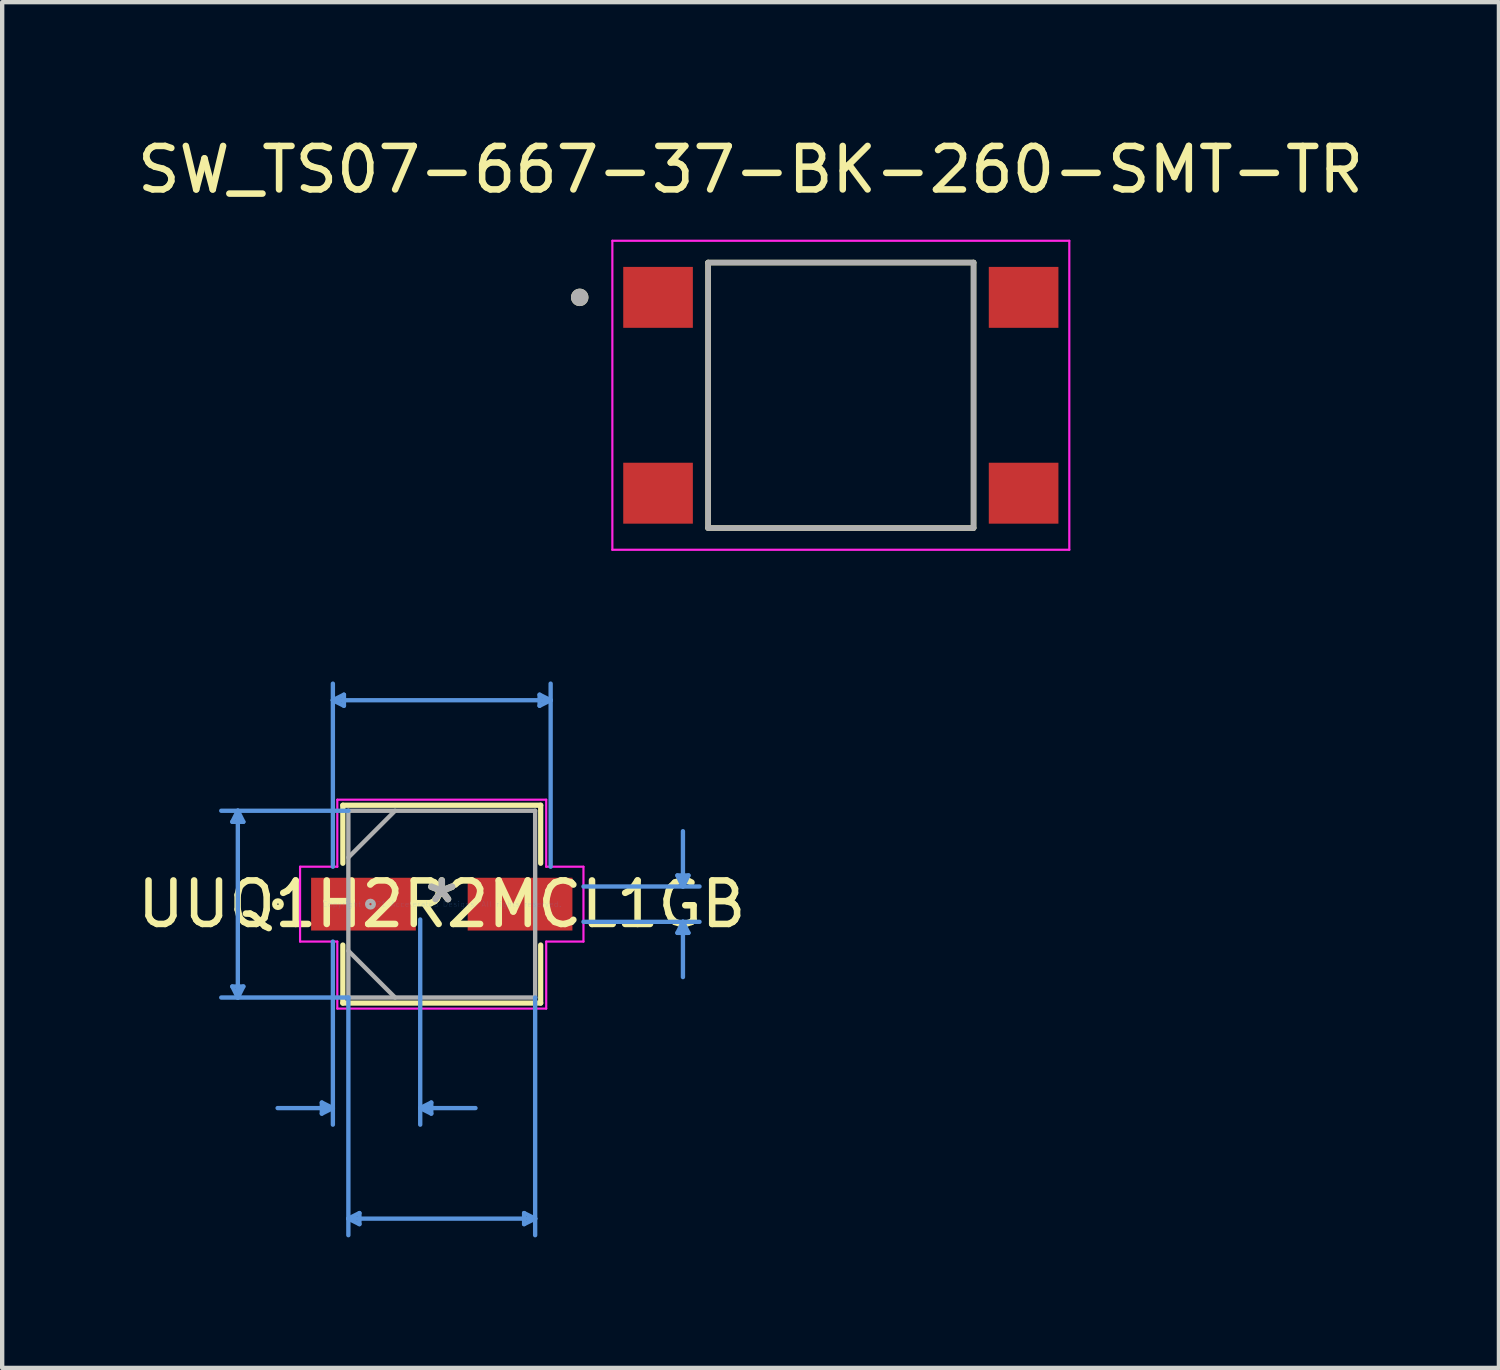
<source format=kicad_pcb>
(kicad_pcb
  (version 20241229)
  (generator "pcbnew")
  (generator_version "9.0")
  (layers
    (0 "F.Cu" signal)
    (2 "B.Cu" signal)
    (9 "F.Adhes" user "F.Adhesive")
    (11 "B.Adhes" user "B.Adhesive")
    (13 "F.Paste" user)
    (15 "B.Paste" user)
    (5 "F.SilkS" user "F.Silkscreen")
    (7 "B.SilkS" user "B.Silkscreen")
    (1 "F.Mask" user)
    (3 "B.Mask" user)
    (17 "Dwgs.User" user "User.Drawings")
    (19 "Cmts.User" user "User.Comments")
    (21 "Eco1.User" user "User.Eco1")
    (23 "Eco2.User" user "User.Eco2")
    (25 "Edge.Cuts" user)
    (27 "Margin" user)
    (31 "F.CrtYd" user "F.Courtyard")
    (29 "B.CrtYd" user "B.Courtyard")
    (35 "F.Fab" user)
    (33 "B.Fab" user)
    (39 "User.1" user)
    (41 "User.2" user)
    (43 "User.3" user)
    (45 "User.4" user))
  (footprint "UUQ1H2R2MCL1GB"
    (layer "F.Cu")
    (at 7.101 17.726)
    (property "Reference" "UUQ1H2R2MCL1GB" (at 0 0 0) (layer "F.SilkS") (effects (font (size 1 1) (thickness 0.15))))
    (attr through_hole)
    (fp_line (start -2.273 -2.273) (end -2.273 -0.939) (stroke (width 0.12) (type solid)) (layer "F.SilkS"))
    (fp_line (start -2.273 0.939) (end -2.273 2.273) (stroke (width 0.12) (type solid)) (layer "F.SilkS"))
    (fp_line (start -2.273 2.273) (end 2.273 2.273) (stroke (width 0.12) (type solid)) (layer "F.SilkS"))
    (fp_line (start 2.273 -2.273) (end -2.273 -2.273) (stroke (width 0.12) (type solid)) (layer "F.SilkS"))
    (fp_line (start 2.273 -0.939) (end 2.273 -2.273) (stroke (width 0.12) (type solid)) (layer "F.SilkS"))
    (fp_line (start 2.273 2.273) (end 2.273 0.939) (stroke (width 0.12) (type solid)) (layer "F.SilkS"))
    (fp_circle (center -3.764 0) (end -3.688 0) (stroke (width 0.12) (type solid)) (fill no) (layer "F.SilkS"))
    (fp_line (start -4.813 -1.892) (end -4.559 -1.892) (stroke (width 0.1) (type solid)) (layer "Cmts.User"))
    (fp_line (start -4.813 1.892) (end -4.559 1.892) (stroke (width 0.1) (type solid)) (layer "Cmts.User"))
    (fp_line (start -4.686 -2.146) (end -4.813 -1.892) (stroke (width 0.1) (type solid)) (layer "Cmts.User"))
    (fp_line (start -4.686 -2.146) (end -4.686 2.146) (stroke (width 0.1) (type solid)) (layer "Cmts.User"))
    (fp_line (start -4.686 -2.146) (end -4.559 -1.892) (stroke (width 0.1) (type solid)) (layer "Cmts.User"))
    (fp_line (start -4.686 2.146) (end -4.813 1.892) (stroke (width 0.1) (type solid)) (layer "Cmts.User"))
    (fp_line (start -4.686 2.146) (end -4.559 1.892) (stroke (width 0.1) (type solid)) (layer "Cmts.User"))
    (fp_line (start -2.756 4.559) (end -2.756 4.813) (stroke (width 0.1) (type solid)) (layer "Cmts.User"))
    (fp_line (start -2.502 -4.686) (end -2.248 -4.813) (stroke (width 0.1) (type solid)) (layer "Cmts.User"))
    (fp_line (start -2.502 -4.686) (end -2.248 -4.559) (stroke (width 0.1) (type solid)) (layer "Cmts.User"))
    (fp_line (start -2.502 -4.686) (end 2.502 -4.686) (stroke (width 0.1) (type solid)) (layer "Cmts.User"))
    (fp_line (start -2.502 -0.86) (end -2.502 -5.067) (stroke (width 0.1) (type solid)) (layer "Cmts.User"))
    (fp_line (start -2.502 0.86) (end -2.502 5.067) (stroke (width 0.1) (type solid)) (layer "Cmts.User"))
    (fp_line (start -2.502 4.686) (end -3.772 4.686) (stroke (width 0.1) (type solid)) (layer "Cmts.User"))
    (fp_line (start -2.502 4.686) (end -2.756 4.559) (stroke (width 0.1) (type solid)) (layer "Cmts.User"))
    (fp_line (start -2.502 4.686) (end -2.756 4.813) (stroke (width 0.1) (type solid)) (layer "Cmts.User"))
    (fp_line (start -2.248 -4.813) (end -2.248 -4.559) (stroke (width 0.1) (type solid)) (layer "Cmts.User"))
    (fp_line (start -2.146 -2.146) (end -5.067 -2.146) (stroke (width 0.1) (type solid)) (layer "Cmts.User"))
    (fp_line (start -2.146 2.146) (end -5.067 2.146) (stroke (width 0.1) (type solid)) (layer "Cmts.User"))
    (fp_line (start -2.146 2.146) (end -2.146 7.607) (stroke (width 0.1) (type solid)) (layer "Cmts.User"))
    (fp_line (start -2.146 7.226) (end -1.892 7.099) (stroke (width 0.1) (type solid)) (layer "Cmts.User"))
    (fp_line (start -2.146 7.226) (end -1.892 7.353) (stroke (width 0.1) (type solid)) (layer "Cmts.User"))
    (fp_line (start -2.146 7.226) (end 2.146 7.226) (stroke (width 0.1) (type solid)) (layer "Cmts.User"))
    (fp_line (start -1.892 7.099) (end -1.892 7.353) (stroke (width 0.1) (type solid)) (layer "Cmts.User"))
    (fp_line (start -0.495 0.352) (end -0.495 5.067) (stroke (width 0.1) (type solid)) (layer "Cmts.User"))
    (fp_line (start -0.495 4.686) (end -0.241 4.559) (stroke (width 0.1) (type solid)) (layer "Cmts.User"))
    (fp_line (start -0.495 4.686) (end -0.241 4.813) (stroke (width 0.1) (type solid)) (layer "Cmts.User"))
    (fp_line (start -0.495 4.686) (end 0.775 4.686) (stroke (width 0.1) (type solid)) (layer "Cmts.User"))
    (fp_line (start -0.241 4.559) (end -0.241 4.813) (stroke (width 0.1) (type solid)) (layer "Cmts.User"))
    (fp_line (start 1.892 7.099) (end 1.892 7.353) (stroke (width 0.1) (type solid)) (layer "Cmts.User"))
    (fp_line (start 2.146 2.146) (end 2.146 7.607) (stroke (width 0.1) (type solid)) (layer "Cmts.User"))
    (fp_line (start 2.146 7.226) (end 1.892 7.099) (stroke (width 0.1) (type solid)) (layer "Cmts.User"))
    (fp_line (start 2.146 7.226) (end 1.892 7.353) (stroke (width 0.1) (type solid)) (layer "Cmts.User"))
    (fp_line (start 2.248 -4.813) (end 2.248 -4.559) (stroke (width 0.1) (type solid)) (layer "Cmts.User"))
    (fp_line (start 2.502 -4.686) (end 2.248 -4.813) (stroke (width 0.1) (type solid)) (layer "Cmts.User"))
    (fp_line (start 2.502 -4.686) (end 2.248 -4.559) (stroke (width 0.1) (type solid)) (layer "Cmts.User"))
    (fp_line (start 2.502 -0.86) (end 2.502 -5.067) (stroke (width 0.1) (type solid)) (layer "Cmts.User"))
    (fp_line (start 3.256 -0.406) (end 5.923 -0.406) (stroke (width 0.1) (type solid)) (layer "Cmts.User"))
    (fp_line (start 3.256 0.406) (end 5.923 0.406) (stroke (width 0.1) (type solid)) (layer "Cmts.User"))
    (fp_line (start 5.415 -0.66) (end 5.669 -0.66) (stroke (width 0.1) (type solid)) (layer "Cmts.User"))
    (fp_line (start 5.415 0.66) (end 5.669 0.66) (stroke (width 0.1) (type solid)) (layer "Cmts.User"))
    (fp_line (start 5.542 -0.406) (end 5.415 -0.66) (stroke (width 0.1) (type solid)) (layer "Cmts.User"))
    (fp_line (start 5.542 -0.406) (end 5.542 -1.676) (stroke (width 0.1) (type solid)) (layer "Cmts.User"))
    (fp_line (start 5.542 -0.406) (end 5.669 -0.66) (stroke (width 0.1) (type solid)) (layer "Cmts.User"))
    (fp_line (start 5.542 0.406) (end 5.415 0.66) (stroke (width 0.1) (type solid)) (layer "Cmts.User"))
    (fp_line (start 5.542 0.406) (end 5.542 1.676) (stroke (width 0.1) (type solid)) (layer "Cmts.User"))
    (fp_line (start 5.542 0.406) (end 5.669 0.66) (stroke (width 0.1) (type solid)) (layer "Cmts.User"))
    (fp_line (start -3.256 -0.86) (end -2.4 -0.86) (stroke (width 0.05) (type solid)) (layer "F.CrtYd"))
    (fp_line (start -3.256 0.86) (end -3.256 -0.86) (stroke (width 0.05) (type solid)) (layer "F.CrtYd"))
    (fp_line (start -2.4 -2.4) (end 2.4 -2.4) (stroke (width 0.05) (type solid)) (layer "F.CrtYd"))
    (fp_line (start -2.4 -0.86) (end -2.4 -2.4) (stroke (width 0.05) (type solid)) (layer "F.CrtYd"))
    (fp_line (start -2.4 0.86) (end -3.256 0.86) (stroke (width 0.05) (type solid)) (layer "F.CrtYd"))
    (fp_line (start -2.4 2.4) (end -2.4 0.86) (stroke (width 0.05) (type solid)) (layer "F.CrtYd"))
    (fp_line (start 2.4 -2.4) (end 2.4 -0.86) (stroke (width 0.05) (type solid)) (layer "F.CrtYd"))
    (fp_line (start 2.4 -0.86) (end 3.256 -0.86) (stroke (width 0.05) (type solid)) (layer "F.CrtYd"))
    (fp_line (start 2.4 0.86) (end 2.4 2.4) (stroke (width 0.05) (type solid)) (layer "F.CrtYd"))
    (fp_line (start 2.4 2.4) (end -2.4 2.4) (stroke (width 0.05) (type solid)) (layer "F.CrtYd"))
    (fp_line (start 3.256 -0.86) (end 3.256 0.86) (stroke (width 0.05) (type solid)) (layer "F.CrtYd"))
    (fp_line (start 3.256 0.86) (end 2.4 0.86) (stroke (width 0.05) (type solid)) (layer "F.CrtYd"))
    (fp_line (start -2.146 -2.146) (end -2.146 2.146) (stroke (width 0.1) (type solid)) (layer "F.Fab"))
    (fp_line (start -2.146 -1.073) (end -1.073 -2.146) (stroke (width 0.1) (type solid)) (layer "F.Fab"))
    (fp_line (start -2.146 1.073) (end -1.073 2.146) (stroke (width 0.1) (type solid)) (layer "F.Fab"))
    (fp_line (start -2.146 2.146) (end 2.146 2.146) (stroke (width 0.1) (type solid)) (layer "F.Fab"))
    (fp_line (start 2.146 -2.146) (end -2.146 -2.146) (stroke (width 0.1) (type solid)) (layer "F.Fab"))
    (fp_line (start 2.146 2.146) (end 2.146 -2.146) (stroke (width 0.1) (type solid)) (layer "F.Fab"))
    (fp_circle (center -1.638 0) (end -1.562 0) (stroke (width 0.1) (type solid)) (fill no) (layer "F.Fab"))
    (fp_text user "*" (at 0 0 0) (layer "F.SilkS") (effects (font (size 1 1) (thickness 0.15))))
    (fp_text user "Copyright 2021 Accelerated Designs. All rights reserved." (at 0 0 0) (layer "Cmts.User") (effects (font (size 0.127 0.127) (thickness 0.002))))
    (fp_text user "*" (at 0 0 0) (layer "F.Fab") (effects (font (size 1 1) (thickness 0.15))))
    (pad "1" smd rect (at -1.799 0) (size 2.407 1.213) (layers "F.Cu" "F.Mask" "F.Paste"))
    (pad "2" smd rect (at 1.799 0) (size 2.407 1.213) (layers "F.Cu" "F.Mask" "F.Paste")))
  (footprint "SW_TS07-667-37-BK-260-SMT-TR"
    (layer "F.Cu")
    (at 16.271 6.033)
    (property "Reference" "SW_TS07-667-37-BK-260-SMT-TR" (at -2.075 -5.185 0) (layer "F.SilkS") (effects (font (size 1 1) (thickness 0.15))))
    (attr through_hole)
    (fp_line (start -3.05 -3.05) (end -3.05 3.05) (stroke (width 0.127) (type solid)) (layer "F.SilkS"))
    (fp_line (start -3.05 3.05) (end 3.05 3.05) (stroke (width 0.127) (type solid)) (layer "F.SilkS"))
    (fp_line (start 3.05 -3.05) (end -3.05 -3.05) (stroke (width 0.127) (type solid)) (layer "F.SilkS"))
    (fp_line (start 3.05 3.05) (end 3.05 -3.05) (stroke (width 0.127) (type solid)) (layer "F.SilkS"))
    (fp_circle (center -6 -2.25) (end -5.9 -2.25) (stroke (width 0.2) (type solid)) (fill no) (layer "F.SilkS"))
    (fp_line (start -5.25 -3.55) (end -5.25 3.55) (stroke (width 0.05) (type solid)) (layer "F.CrtYd"))
    (fp_line (start -5.25 3.55) (end 5.25 3.55) (stroke (width 0.05) (type solid)) (layer "F.CrtYd"))
    (fp_line (start 5.25 -3.55) (end -5.25 -3.55) (stroke (width 0.05) (type solid)) (layer "F.CrtYd"))
    (fp_line (start 5.25 3.55) (end 5.25 -3.55) (stroke (width 0.05) (type solid)) (layer "F.CrtYd"))
    (fp_line (start -3.05 -3.05) (end -3.05 3.05) (stroke (width 0.127) (type solid)) (layer "F.Fab"))
    (fp_line (start -3.05 3.05) (end 3.05 3.05) (stroke (width 0.127) (type solid)) (layer "F.Fab"))
    (fp_line (start 3.05 -3.05) (end -3.05 -3.05) (stroke (width 0.127) (type solid)) (layer "F.Fab"))
    (fp_line (start 3.05 3.05) (end 3.05 -3.05) (stroke (width 0.127) (type solid)) (layer "F.Fab"))
    (fp_circle (center -6 -2.25) (end -5.9 -2.25) (stroke (width 0.2) (type solid)) (fill no) (layer "F.Fab"))
    (pad "1" smd rect (at -4.2 -2.25) (size 1.6 1.4) (layers "F.Cu" "F.Mask" "F.Paste"))
    (pad "2" smd rect (at -4.2 2.25) (size 1.6 1.4) (layers "F.Cu" "F.Mask" "F.Paste"))
    (pad "3" smd rect (at 4.2 -2.25) (size 1.6 1.4) (layers "F.Cu" "F.Mask" "F.Paste"))
    (pad "4" smd rect (at 4.2 2.25) (size 1.6 1.4) (layers "F.Cu" "F.Mask" "F.Paste")))
  (gr_rect
    (start -3 -3)
    (end 31.393 28.383)
    (stroke (width 0.1) (type default))
    (fill no)
    (layer "Edge.Cuts")))
</source>
